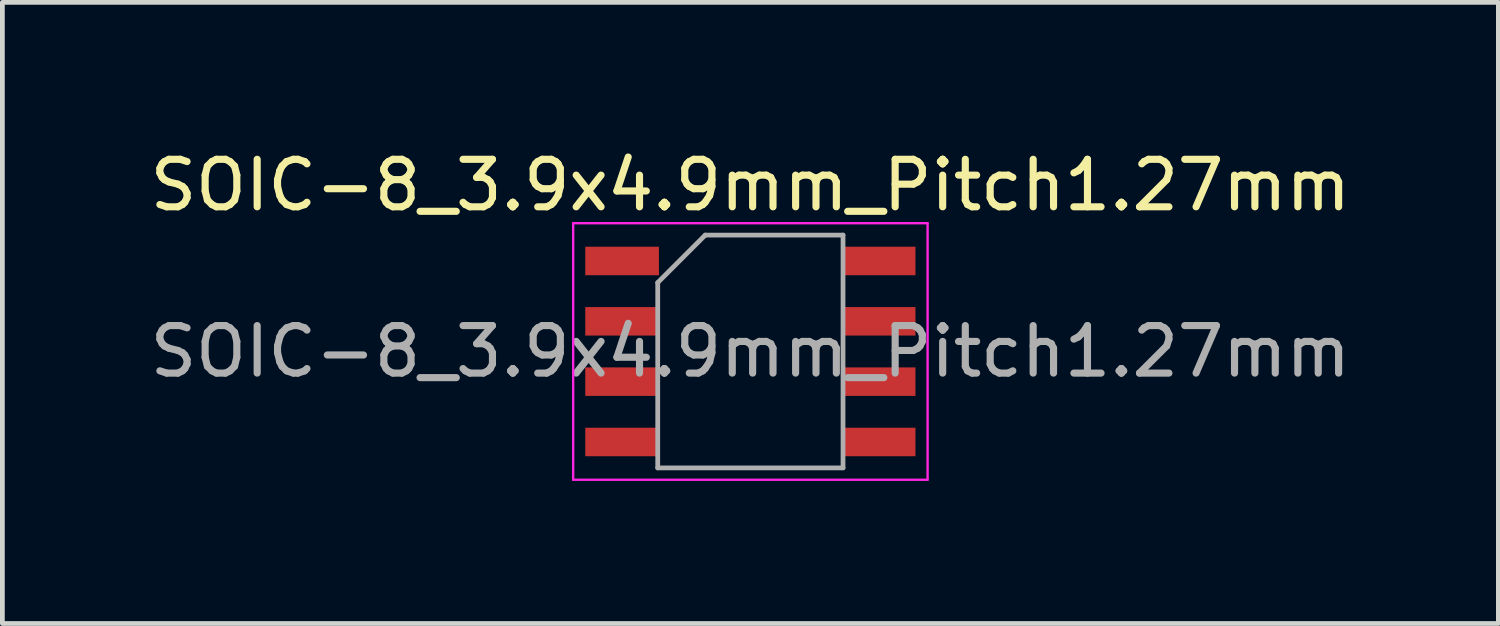
<source format=kicad_pcb>
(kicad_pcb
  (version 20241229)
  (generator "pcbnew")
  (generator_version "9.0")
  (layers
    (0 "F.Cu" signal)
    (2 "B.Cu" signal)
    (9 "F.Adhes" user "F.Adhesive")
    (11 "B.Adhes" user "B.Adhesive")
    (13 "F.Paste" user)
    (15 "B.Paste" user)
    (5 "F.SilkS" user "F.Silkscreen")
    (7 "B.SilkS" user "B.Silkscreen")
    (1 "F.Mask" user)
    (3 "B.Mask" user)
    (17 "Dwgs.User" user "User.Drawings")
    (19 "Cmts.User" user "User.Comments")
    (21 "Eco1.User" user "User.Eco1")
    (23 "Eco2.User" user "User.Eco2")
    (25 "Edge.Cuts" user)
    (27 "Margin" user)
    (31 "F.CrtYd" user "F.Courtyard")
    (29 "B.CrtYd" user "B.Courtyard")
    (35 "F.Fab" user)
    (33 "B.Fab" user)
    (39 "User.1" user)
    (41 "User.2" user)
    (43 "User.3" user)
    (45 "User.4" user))
  (footprint "SOIC-8_3.9x4.9mm_Pitch1.27mm"
    (layer "F.Cu")
    (at 12.744 4.348)
    (property "Reference" "SOIC-8_3.9x4.9mm_Pitch1.27mm" (at 0 -3.5 0) (layer "F.SilkS") (effects (font (size 1 1) (thickness 0.15))))
    (attr smd)
    (fp_line (start -3.73 -2.7) (end -3.73 2.7) (stroke (width 0.05) (type solid)) (layer "F.CrtYd"))
    (fp_line (start -3.73 -2.7) (end 3.73 -2.7) (stroke (width 0.05) (type solid)) (layer "F.CrtYd"))
    (fp_line (start -3.73 2.7) (end 3.73 2.7) (stroke (width 0.05) (type solid)) (layer "F.CrtYd"))
    (fp_line (start 3.73 -2.7) (end 3.73 2.7) (stroke (width 0.05) (type solid)) (layer "F.CrtYd"))
    (fp_line (start -1.95 -1.45) (end -0.95 -2.45) (stroke (width 0.1) (type solid)) (layer "F.Fab"))
    (fp_line (start -1.95 2.45) (end -1.95 -1.45) (stroke (width 0.1) (type solid)) (layer "F.Fab"))
    (fp_line (start -0.95 -2.45) (end 1.95 -2.45) (stroke (width 0.1) (type solid)) (layer "F.Fab"))
    (fp_line (start 1.95 -2.45) (end 1.95 2.45) (stroke (width 0.1) (type solid)) (layer "F.Fab"))
    (fp_line (start 1.95 2.45) (end -1.95 2.45) (stroke (width 0.1) (type solid)) (layer "F.Fab"))
    (fp_text user "${REFERENCE}" (at 0 0 0) (layer "F.Fab") (effects (font (size 1 1) (thickness 0.15))))
    (pad "1" smd rect (at -2.7 -1.905) (size 1.55 0.6) (layers "F.Cu" "F.Mask" "F.Paste"))
    (pad "2" smd rect (at -2.7 -0.635) (size 1.55 0.6) (layers "F.Cu" "F.Mask" "F.Paste"))
    (pad "3" smd rect (at -2.7 0.635) (size 1.55 0.6) (layers "F.Cu" "F.Mask" "F.Paste"))
    (pad "4" smd rect (at -2.7 1.905) (size 1.55 0.6) (layers "F.Cu" "F.Mask" "F.Paste"))
    (pad "5" smd rect (at 2.7 1.905) (size 1.55 0.6) (layers "F.Cu" "F.Mask" "F.Paste"))
    (pad "6" smd rect (at 2.7 0.635) (size 1.55 0.6) (layers "F.Cu" "F.Mask" "F.Paste"))
    (pad "7" smd rect (at 2.7 -0.635) (size 1.55 0.6) (layers "F.Cu" "F.Mask" "F.Paste"))
    (pad "8" smd rect (at 2.7 -1.905) (size 1.55 0.6) (layers "F.Cu" "F.Mask" "F.Paste")))
  (gr_rect
    (start -3 -3)
    (end 28.488 10.073)
    (stroke (width 0.1) (type default))
    (fill no)
    (layer "Edge.Cuts")))
</source>
